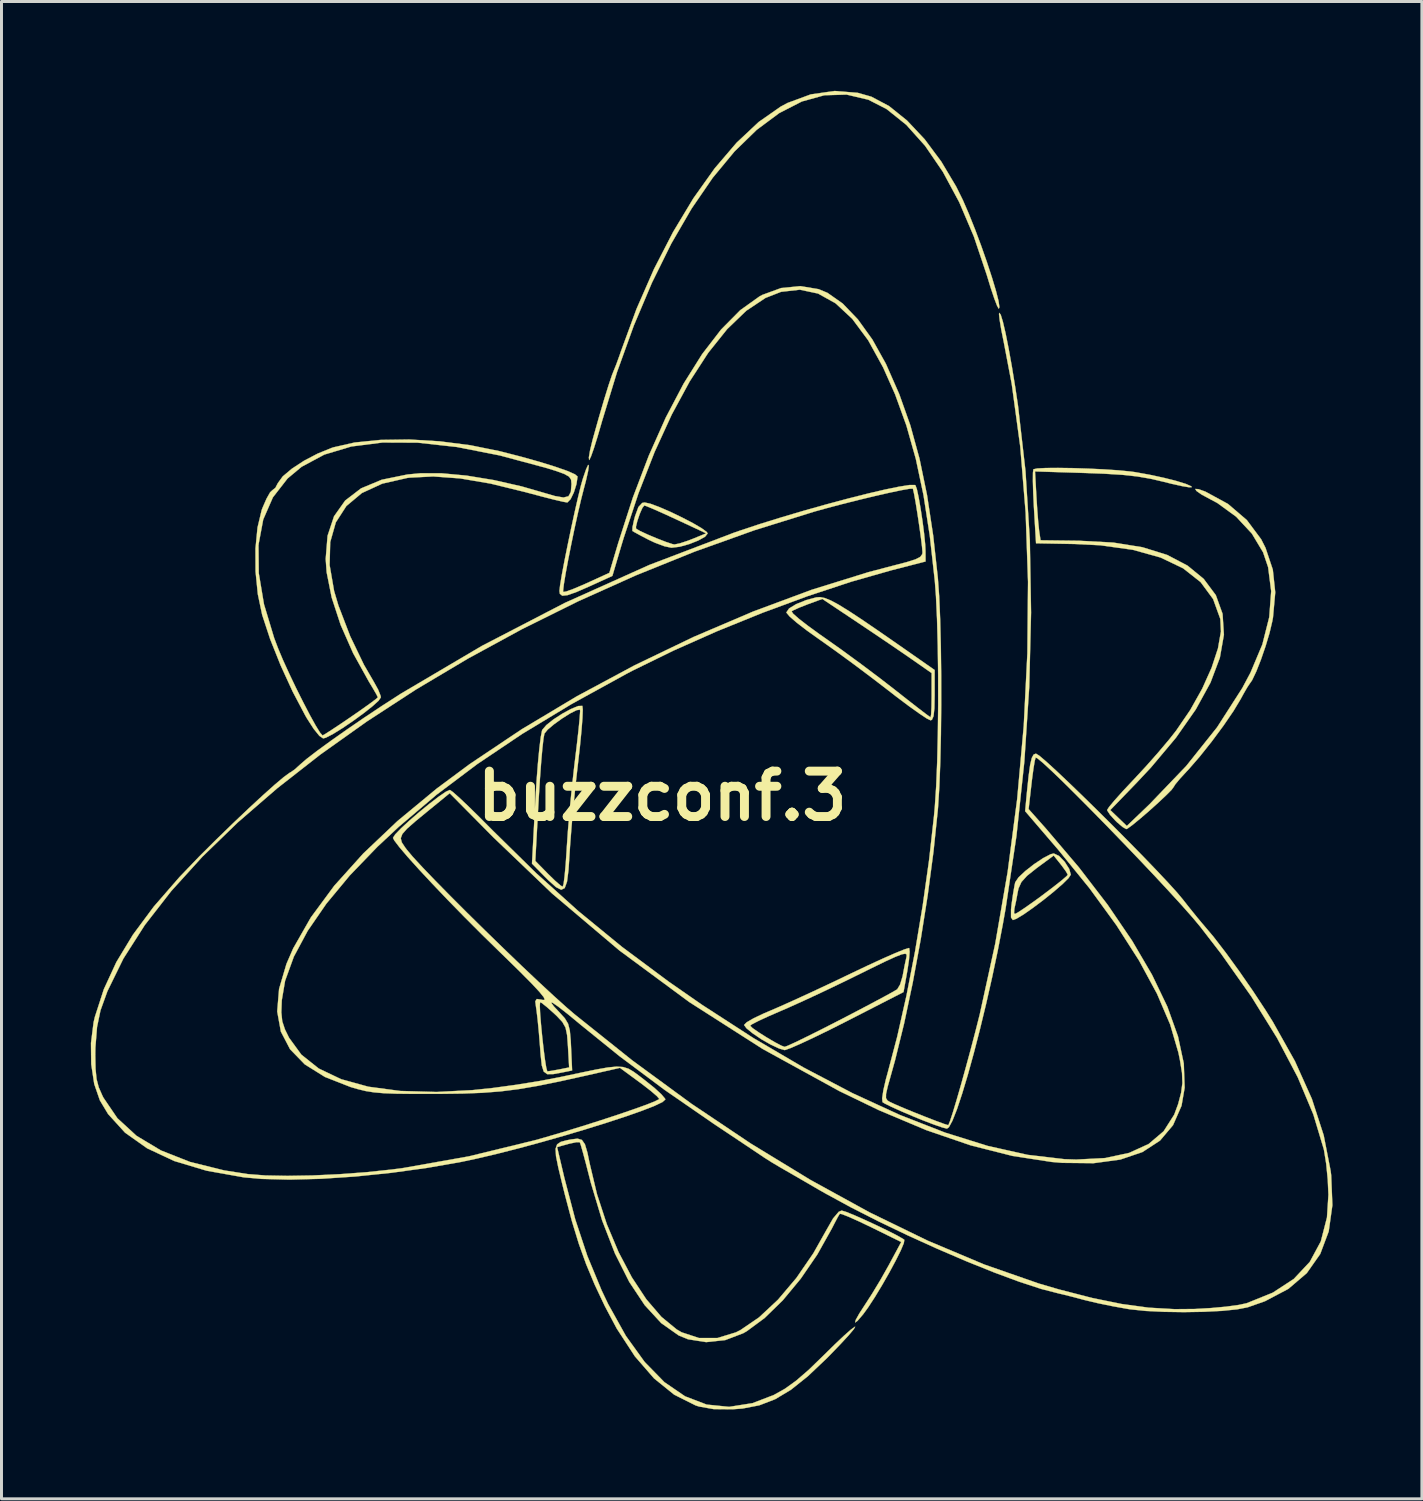
<source format=kicad_pcb>
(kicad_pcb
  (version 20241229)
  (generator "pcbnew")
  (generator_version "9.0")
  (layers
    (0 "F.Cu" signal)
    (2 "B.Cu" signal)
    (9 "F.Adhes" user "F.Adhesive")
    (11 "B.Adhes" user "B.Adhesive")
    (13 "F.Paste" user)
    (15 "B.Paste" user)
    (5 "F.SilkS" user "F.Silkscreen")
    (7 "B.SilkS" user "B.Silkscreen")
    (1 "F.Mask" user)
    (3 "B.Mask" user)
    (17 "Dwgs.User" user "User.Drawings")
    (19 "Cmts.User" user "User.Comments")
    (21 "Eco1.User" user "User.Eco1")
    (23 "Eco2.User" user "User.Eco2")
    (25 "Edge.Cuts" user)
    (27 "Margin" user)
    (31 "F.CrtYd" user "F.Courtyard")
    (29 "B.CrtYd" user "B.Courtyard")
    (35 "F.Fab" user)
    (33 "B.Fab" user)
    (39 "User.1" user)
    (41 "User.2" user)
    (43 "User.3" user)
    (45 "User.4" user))
  (footprint "buzzconf.3"
    (layer "F.Cu")
    (at 19.187 23.675)
    (property "Reference" "buzzconf.3" (at 0 0 0) (layer "F.SilkS") (effects (font (size 1.524 1.524) (thickness 0.3))))
    (attr through_hole)
    (fp_poly (pts (xy -0.402 -9.813) (xy -0.098 -9.7) (xy 0.271 -9.54) (xy 0.659 -9.353) (xy 1.023 -9.164) (xy 1.316 -8.993) (xy 1.492 -8.864) (xy 1.524 -8.815) (xy 1.435 -8.704) (xy 1.207 -8.577) (xy 0.903 -8.457) (xy 0.584 -8.368) (xy 0.31 -8.335) (xy 0.305 -8.335) (xy 0.072 -8.384) (xy -0.249 -8.504) (xy -0.457 -8.602) (xy -0.742 -8.751) (xy -0.943 -8.861) (xy -1.005 -8.899) (xy -1.003 -9.009) (xy -0.997 -9.039) (xy -0.885 -9.039) (xy -0.88 -8.974) (xy -0.748 -8.897) (xy -0.492 -8.778) (xy -0.18 -8.647) (xy 0.121 -8.53) (xy 0.342 -8.457) (xy 0.406 -8.444) (xy 0.587 -8.481) (xy 0.869 -8.574) (xy 1.016 -8.631) (xy 1.473 -8.818) (xy 0.47 -9.286) (xy 0.056 -9.476) (xy -0.288 -9.629) (xy -0.523 -9.727) (xy -0.605 -9.754) (xy -0.671 -9.669) (xy -0.759 -9.467) (xy -0.839 -9.231) (xy -0.885 -9.039) (xy -0.997 -9.039) (xy -0.954 -9.247) (xy -0.915 -9.395) (xy -0.803 -9.701) (xy -0.675 -9.839) (xy -0.595 -9.855) (xy -0.402 -9.813)) (stroke (width 0.01) (type solid)) (fill yes) (layer "F.SilkS"))
    (fp_poly (pts (xy 13.318 2.012) (xy 13.51 2.21) (xy 13.662 2.449) (xy 13.716 2.641) (xy 13.639 2.759) (xy 13.434 2.961) (xy 13.141 3.215) (xy 12.8 3.489) (xy 12.451 3.752) (xy 12.135 3.974) (xy 11.891 4.121) (xy 11.77 4.166) (xy 11.708 4.079) (xy 11.708 3.933) (xy 11.811 3.933) (xy 11.842 3.962) (xy 11.948 3.905) (xy 12.178 3.752) (xy 12.497 3.527) (xy 12.763 3.332) (xy 13.115 3.066) (xy 13.396 2.845) (xy 13.571 2.695) (xy 13.614 2.646) (xy 13.556 2.538) (xy 13.414 2.342) (xy 13.377 2.295) (xy 13.141 2) (xy 12.569 2.422) (xy 12.246 2.68) (xy 12.057 2.889) (xy 11.96 3.104) (xy 11.934 3.226) (xy 11.878 3.526) (xy 11.826 3.763) (xy 11.821 3.785) (xy 11.811 3.933) (xy 11.708 3.933) (xy 11.708 3.812) (xy 11.727 3.632) (xy 11.777 3.286) (xy 11.827 2.997) (xy 11.85 2.896) (xy 11.96 2.734) (xy 12.191 2.517) (xy 12.485 2.287) (xy 12.787 2.086) (xy 13.038 1.956) (xy 13.144 1.93) (xy 13.318 2.012)) (stroke (width 0.01) (type solid)) (fill yes) (layer "F.SilkS"))
    (fp_poly (pts (xy 5.455 -6.646) (xy 5.656 -6.565) (xy 5.924 -6.421) (xy 6.278 -6.202) (xy 6.74 -5.897) (xy 7.33 -5.493) (xy 7.899 -5.098) (xy 9.144 -4.229) (xy 9.144 -3.385) (xy 9.136 -2.947) (xy 9.107 -2.681) (xy 9.053 -2.558) (xy 9.007 -2.54) (xy 8.883 -2.6) (xy 8.632 -2.766) (xy 8.283 -3.015) (xy 7.867 -3.327) (xy 7.605 -3.531) (xy 7.054 -3.954) (xy 6.447 -4.41) (xy 5.85 -4.847) (xy 5.332 -5.216) (xy 5.253 -5.271) (xy 4.846 -5.562) (xy 4.508 -5.823) (xy 4.271 -6.03) (xy 4.168 -6.154) (xy 4.166 -6.165) (xy 4.19 -6.199) (xy 4.341 -6.199) (xy 4.392 -6.121) (xy 4.584 -5.952) (xy 4.89 -5.714) (xy 5.282 -5.429) (xy 5.459 -5.305) (xy 6.027 -4.903) (xy 6.67 -4.432) (xy 7.306 -3.954) (xy 7.815 -3.56) (xy 8.227 -3.235) (xy 8.579 -2.961) (xy 8.843 -2.759) (xy 8.989 -2.653) (xy 9.008 -2.642) (xy 9.025 -2.735) (xy 9.037 -2.981) (xy 9.042 -3.33) (xy 9.042 -3.384) (xy 9.042 -4.127) (xy 8.407 -4.57) (xy 8.077 -4.798) (xy 7.633 -5.101) (xy 7.131 -5.441) (xy 6.625 -5.78) (xy 6.573 -5.815) (xy 5.373 -6.616) (xy 4.896 -6.441) (xy 4.605 -6.327) (xy 4.395 -6.232) (xy 4.341 -6.199) (xy 4.19 -6.199) (xy 4.256 -6.296) (xy 4.494 -6.441) (xy 4.827 -6.576) (xy 5.17 -6.668) (xy 5.3 -6.677) (xy 5.455 -6.646)) (stroke (width 0.01) (type solid)) (fill yes) (layer "F.SilkS"))
    (fp_poly (pts (xy -2.683 -3.022) (xy -2.67 -2.901) (xy -2.681 -2.613) (xy -2.714 -2.19) (xy -2.765 -1.667) (xy -2.825 -1.143) (xy -2.905 -0.441) (xy -2.981 0.303) (xy -3.046 1.02) (xy -3.094 1.641) (xy -3.111 1.905) (xy -3.149 2.485) (xy -3.199 2.876) (xy -3.277 3.093) (xy -3.396 3.149) (xy -3.571 3.059) (xy -3.818 2.837) (xy -3.945 2.71) (xy -4.376 2.271) (xy -4.371 2.18) (xy -4.264 2.18) (xy -3.838 2.614) (xy -3.601 2.845) (xy -3.42 3.002) (xy -3.345 3.048) (xy -3.315 2.953) (xy -3.281 2.693) (xy -3.245 2.306) (xy -3.213 1.83) (xy -3.209 1.753) (xy -3.169 1.167) (xy -3.109 0.458) (xy -3.035 -0.294) (xy -2.955 -1.012) (xy -2.932 -1.202) (xy -2.865 -1.758) (xy -2.811 -2.239) (xy -2.775 -2.611) (xy -2.759 -2.84) (xy -2.762 -2.897) (xy -2.875 -2.882) (xy -3.093 -2.773) (xy -3.362 -2.604) (xy -3.631 -2.411) (xy -3.847 -2.23) (xy -3.958 -2.095) (xy -3.958 -2.093) (xy -3.989 -1.927) (xy -4.027 -1.593) (xy -4.068 -1.126) (xy -4.109 -0.561) (xy -4.148 0.068) (xy -4.153 0.153) (xy -4.264 2.18) (xy -4.371 2.18) (xy -4.262 0.145) (xy -4.222 -0.506) (xy -4.176 -1.1) (xy -4.128 -1.603) (xy -4.081 -1.98) (xy -4.039 -2.196) (xy -4.029 -2.222) (xy -3.894 -2.38) (xy -3.654 -2.571) (xy -3.361 -2.761) (xy -3.067 -2.921) (xy -2.825 -3.02) (xy -2.687 -3.025) (xy -2.683 -3.022)) (stroke (width 0.01) (type solid)) (fill yes) (layer "F.SilkS"))
    (fp_poly (pts (xy 6.559 -23.609) (xy 7.02 -23.478) (xy 7.611 -23.165) (xy 8.215 -22.68) (xy 8.808 -22.05) (xy 9.366 -21.301) (xy 9.866 -20.462) (xy 10.091 -20.008) (xy 10.292 -19.545) (xy 10.501 -19.022) (xy 10.707 -18.471) (xy 10.899 -17.923) (xy 11.067 -17.411) (xy 11.2 -16.968) (xy 11.288 -16.624) (xy 11.319 -16.412) (xy 11.298 -16.359) (xy 11.243 -16.451) (xy 11.147 -16.7) (xy 11.024 -17.068) (xy 10.891 -17.502) (xy 10.461 -18.782) (xy 9.968 -19.939) (xy 9.418 -20.959) (xy 8.823 -21.829) (xy 8.19 -22.535) (xy 7.529 -23.064) (xy 6.918 -23.377) (xy 6.187 -23.549) (xy 5.441 -23.527) (xy 4.686 -23.318) (xy 3.927 -22.929) (xy 3.171 -22.367) (xy 2.425 -21.641) (xy 1.693 -20.757) (xy 0.984 -19.723) (xy 0.301 -18.546) (xy -0.348 -17.233) (xy -0.957 -15.793) (xy -1.52 -14.233) (xy -2.031 -12.559) (xy -2.041 -12.523) (xy -2.177 -12.055) (xy -2.299 -11.667) (xy -2.395 -11.397) (xy -2.453 -11.281) (xy -2.457 -11.279) (xy -2.466 -11.368) (xy -2.426 -11.604) (xy -2.345 -11.941) (xy -2.325 -12.014) (xy -2.134 -12.695) (xy -1.957 -13.299) (xy -1.804 -13.792) (xy -1.686 -14.141) (xy -1.633 -14.275) (xy -1.544 -14.495) (xy -1.431 -14.807) (xy -1.387 -14.935) (xy -0.867 -16.351) (xy -0.28 -17.69) (xy 0.361 -18.934) (xy 1.044 -20.068) (xy 1.759 -21.073) (xy 2.494 -21.933) (xy 3.237 -22.63) (xy 3.977 -23.147) (xy 4.206 -23.269) (xy 4.985 -23.556) (xy 5.784 -23.67) (xy 6.559 -23.609)) (stroke (width 0.01) (type solid)) (fill yes) (layer "F.SilkS"))
    (fp_poly (pts (xy 8.29 5.107) (xy 8.304 5.23) (xy 8.283 5.497) (xy 8.23 5.851) (xy 8.226 5.876) (xy 8.099 6.584) (xy 6.197 7.559) (xy 5.619 7.851) (xy 5.093 8.107) (xy 4.649 8.315) (xy 4.317 8.46) (xy 4.127 8.528) (xy 4.103 8.532) (xy 3.922 8.479) (xy 3.635 8.344) (xy 3.327 8.168) (xy 3.033 7.969) (xy 2.823 7.797) (xy 2.762 7.712) (xy 2.948 7.712) (xy 3.029 7.792) (xy 3.231 7.933) (xy 3.498 8.102) (xy 3.772 8.264) (xy 3.996 8.382) (xy 4.106 8.424) (xy 4.221 8.382) (xy 4.487 8.26) (xy 4.875 8.071) (xy 5.356 7.831) (xy 5.901 7.552) (xy 5.986 7.509) (xy 6.541 7.22) (xy 7.038 6.958) (xy 7.447 6.739) (xy 7.739 6.579) (xy 7.883 6.494) (xy 7.889 6.489) (xy 7.983 6.332) (xy 8.063 6.068) (xy 8.074 6.016) (xy 8.135 5.695) (xy 8.194 5.421) (xy 8.199 5.403) (xy 8.204 5.326) (xy 8.158 5.295) (xy 8.039 5.317) (xy 7.821 5.402) (xy 7.483 5.557) (xy 7.001 5.792) (xy 6.642 5.97) (xy 6.021 6.274) (xy 5.37 6.585) (xy 4.749 6.874) (xy 4.217 7.114) (xy 3.988 7.213) (xy 3.571 7.394) (xy 3.234 7.55) (xy 3.014 7.663) (xy 2.948 7.712) (xy 2.762 7.712) (xy 2.745 7.688) (xy 2.833 7.599) (xy 3.069 7.462) (xy 3.408 7.301) (xy 3.583 7.227) (xy 3.94 7.073) (xy 4.435 6.851) (xy 5.023 6.581) (xy 5.659 6.283) (xy 6.297 5.978) (xy 6.324 5.965) (xy 6.896 5.693) (xy 7.405 5.459) (xy 7.823 5.275) (xy 8.123 5.153) (xy 8.277 5.105) (xy 8.29 5.107)) (stroke (width 0.01) (type solid)) (fill yes) (layer "F.SilkS"))
    (fp_poly (pts (xy 13.781 -11.008) (xy 14.309 -10.991) (xy 14.834 -10.966) (xy 15.315 -10.934) (xy 15.711 -10.895) (xy 15.869 -10.874) (xy 16.368 -10.784) (xy 16.846 -10.681) (xy 17.264 -10.575) (xy 17.581 -10.477) (xy 17.757 -10.398) (xy 17.78 -10.37) (xy 17.689 -10.364) (xy 17.445 -10.405) (xy 17.089 -10.484) (xy 16.84 -10.547) (xy 16.395 -10.651) (xy 15.949 -10.728) (xy 15.448 -10.782) (xy 14.84 -10.82) (xy 14.207 -10.844) (xy 12.514 -10.897) (xy 12.561 -10.046) (xy 12.589 -9.608) (xy 12.62 -9.212) (xy 12.649 -8.931) (xy 12.654 -8.89) (xy 12.7 -8.585) (xy 13.996 -8.569) (xy 15.142 -8.508) (xy 16.122 -8.351) (xy 16.949 -8.094) (xy 17.638 -7.732) (xy 18.175 -7.291) (xy 18.585 -6.743) (xy 18.811 -6.115) (xy 18.856 -5.413) (xy 18.72 -4.641) (xy 18.405 -3.805) (xy 17.913 -2.908) (xy 17.246 -1.956) (xy 16.404 -0.954) (xy 15.931 -0.449) (xy 15.04 0.473) (xy 15.319 0.74) (xy 15.597 1.007) (xy 16.361 0.275) (xy 17.588 -1.004) (xy 18.627 -2.306) (xy 19.473 -3.624) (xy 19.75 -4.144) (xy 20.146 -5.086) (xy 20.378 -6.005) (xy 20.443 -6.878) (xy 20.34 -7.682) (xy 20.17 -8.184) (xy 19.794 -8.81) (xy 19.265 -9.378) (xy 18.633 -9.838) (xy 18.407 -9.958) (xy 18.107 -10.12) (xy 17.932 -10.243) (xy 17.895 -10.309) (xy 18.006 -10.301) (xy 18.236 -10.218) (xy 18.992 -9.806) (xy 19.626 -9.263) (xy 20.108 -8.617) (xy 20.253 -8.331) (xy 20.498 -7.599) (xy 20.58 -6.836) (xy 20.504 -5.994) (xy 20.48 -5.864) (xy 20.387 -5.471) (xy 20.253 -5.024) (xy 20.099 -4.576) (xy 19.942 -4.179) (xy 19.802 -3.885) (xy 19.714 -3.759) (xy 19.639 -3.646) (xy 19.506 -3.415) (xy 19.417 -3.251) (xy 19.176 -2.85) (xy 18.839 -2.358) (xy 18.448 -1.83) (xy 18.046 -1.325) (xy 17.675 -0.898) (xy 17.607 -0.826) (xy 17.379 -0.578) (xy 17.221 -0.387) (xy 17.17 -0.304) (xy 17.099 -0.207) (xy 16.91 -0.017) (xy 16.645 0.232) (xy 16.344 0.503) (xy 16.046 0.76) (xy 15.792 0.969) (xy 15.622 1.093) (xy 15.578 1.112) (xy 15.457 1.043) (xy 15.264 0.879) (xy 15.215 0.831) (xy 15.034 0.633) (xy 14.939 0.488) (xy 14.935 0.469) (xy 15.002 0.366) (xy 15.183 0.149) (xy 15.453 -0.153) (xy 15.785 -0.507) (xy 15.826 -0.55) (xy 16.233 -0.989) (xy 16.649 -1.459) (xy 17.019 -1.898) (xy 17.248 -2.188) (xy 17.725 -2.886) (xy 18.127 -3.602) (xy 18.442 -4.303) (xy 18.656 -4.954) (xy 18.756 -5.523) (xy 18.735 -5.944) (xy 18.493 -6.612) (xy 18.075 -7.179) (xy 17.486 -7.644) (xy 16.726 -8.007) (xy 15.8 -8.265) (xy 14.708 -8.417) (xy 13.845 -8.46) (xy 12.548 -8.484) (xy 12.476 -9.699) (xy 12.453 -10.175) (xy 12.442 -10.573) (xy 12.444 -10.852) (xy 12.459 -10.969) (xy 12.46 -10.969) (xy 12.589 -10.997) (xy 12.879 -11.012) (xy 13.291 -11.015) (xy 13.781 -11.008)) (stroke (width 0.01) (type solid)) (fill yes) (layer "F.SilkS"))
    (fp_poly (pts (xy -2.7 11.548) (xy -2.598 11.693) (xy -2.514 11.977) (xy -2.44 12.334) (xy -2.192 13.373) (xy -1.864 14.375) (xy -1.469 15.314) (xy -1.022 16.163) (xy -0.538 16.897) (xy -0.031 17.488) (xy 0.485 17.912) (xy 0.651 18.008) (xy 1.231 18.199) (xy 1.848 18.199) (xy 2.471 18.009) (xy 2.624 17.932) (xy 3.248 17.506) (xy 3.883 16.913) (xy 4.5 16.185) (xy 5.071 15.354) (xy 5.493 14.605) (xy 5.733 14.185) (xy 5.924 13.96) (xy 6.022 13.92) (xy 6.165 13.962) (xy 6.441 14.073) (xy 6.799 14.232) (xy 7.192 14.414) (xy 7.571 14.597) (xy 7.885 14.757) (xy 8.087 14.874) (xy 8.126 14.902) (xy 8.109 15.014) (xy 8.006 15.26) (xy 7.835 15.602) (xy 7.62 16.003) (xy 7.379 16.424) (xy 7.135 16.828) (xy 6.907 17.177) (xy 6.742 17.404) (xy 6.556 17.621) (xy 6.474 17.679) (xy 6.494 17.593) (xy 6.612 17.38) (xy 6.797 17.094) (xy 7.047 16.707) (xy 7.331 16.236) (xy 7.59 15.777) (xy 7.609 15.743) (xy 8.022 14.976) (xy 7.011 14.478) (xy 6.602 14.283) (xy 6.265 14.132) (xy 6.038 14.042) (xy 5.959 14.026) (xy 5.893 14.136) (xy 5.772 14.367) (xy 5.689 14.529) (xy 5.203 15.397) (xy 4.646 16.209) (xy 4.048 16.93) (xy 3.436 17.527) (xy 2.839 17.968) (xy 2.718 18.038) (xy 2.111 18.269) (xy 1.473 18.337) (xy 0.862 18.241) (xy 0.549 18.112) (xy -0.036 17.699) (xy -0.591 17.096) (xy -1.111 16.313) (xy -1.59 15.36) (xy -2.021 14.25) (xy -2.398 12.992) (xy -2.444 12.814) (xy -2.561 12.358) (xy -2.662 11.981) (xy -2.736 11.722) (xy -2.771 11.623) (xy -2.881 11.624) (xy -3.11 11.672) (xy -3.169 11.688) (xy -3.532 11.788) (xy -3.287 12.828) (xy -2.924 14.212) (xy -2.514 15.45) (xy -2.038 16.598) (xy -1.821 17.054) (xy -1.223 18.128) (xy -0.592 19.004) (xy 0.07 19.681) (xy 0.765 20.157) (xy 1.49 20.434) (xy 2.245 20.51) (xy 3.03 20.386) (xy 3.745 20.111) (xy 4.115 19.904) (xy 4.492 19.633) (xy 4.916 19.267) (xy 5.422 18.776) (xy 5.786 18.418) (xy 6.098 18.123) (xy 6.332 17.917) (xy 6.461 17.823) (xy 6.476 17.821) (xy 6.426 17.907) (xy 6.257 18.108) (xy 5.99 18.397) (xy 5.652 18.748) (xy 5.524 18.878) (xy 4.885 19.484) (xy 4.319 19.936) (xy 3.788 20.254) (xy 3.258 20.458) (xy 2.692 20.567) (xy 2.356 20.592) (xy 1.725 20.586) (xy 1.232 20.499) (xy 1.118 20.462) (xy 0.401 20.103) (xy -0.277 19.555) (xy -0.92 18.815) (xy -1.531 17.879) (xy -1.934 17.12) (xy -2.273 16.401) (xy -2.556 15.724) (xy -2.804 15.033) (xy -3.036 14.273) (xy -3.27 13.389) (xy -3.363 13.014) (xy -3.493 12.472) (xy -3.569 12.094) (xy -3.584 11.847) (xy -3.532 11.697) (xy -3.407 11.612) (xy -3.2 11.558) (xy -3.065 11.532) (xy -2.846 11.505) (xy -2.7 11.548)) (stroke (width 0.01) (type solid)) (fill yes) (layer "F.SilkS"))
    (fp_poly (pts (xy -7.479 -11.908) (xy -6.445 -11.776) (xy -5.442 -11.572) (xy -5.436 -11.57) (xy -4.749 -11.394) (xy -4.129 -11.22) (xy -3.602 -11.057) (xy -3.195 -10.915) (xy -2.934 -10.801) (xy -2.845 -10.726) (xy -2.882 -10.471) (xy -2.969 -10.193) (xy -3.079 -9.965) (xy -3.184 -9.857) (xy -3.195 -9.855) (xy -3.341 -9.881) (xy -3.64 -9.951) (xy -4.052 -10.056) (xy -4.533 -10.184) (xy -4.595 -10.201) (xy -5.766 -10.488) (xy -6.789 -10.662) (xy -7.688 -10.728) (xy -8.483 -10.688) (xy -8.562 -10.678) (xy -9.404 -10.486) (xy -10.087 -10.171) (xy -10.607 -9.736) (xy -10.962 -9.186) (xy -11.15 -8.524) (xy -11.17 -7.754) (xy -11.019 -6.88) (xy -10.874 -6.393) (xy -10.481 -5.368) (xy -10.017 -4.404) (xy -9.69 -3.841) (xy -9.542 -3.574) (xy -9.457 -3.36) (xy -9.449 -3.31) (xy -9.528 -3.196) (xy -9.739 -3.006) (xy -10.04 -2.769) (xy -10.387 -2.516) (xy -10.74 -2.277) (xy -11.056 -2.081) (xy -11.294 -1.958) (xy -11.386 -1.932) (xy -11.513 -2.017) (xy -11.703 -2.251) (xy -11.928 -2.6) (xy -11.982 -2.692) (xy -12.409 -3.501) (xy -12.815 -4.386) (xy -13.168 -5.27) (xy -13.432 -6.072) (xy -13.434 -6.077) (xy -13.581 -6.777) (xy -13.657 -7.54) (xy -13.66 -8.306) (xy -13.647 -8.434) (xy -13.558 -8.434) (xy -13.549 -7.483) (xy -13.374 -6.437) (xy -13.031 -5.301) (xy -12.9 -4.955) (xy -12.735 -4.562) (xy -12.527 -4.107) (xy -12.296 -3.624) (xy -12.058 -3.149) (xy -11.833 -2.717) (xy -11.637 -2.363) (xy -11.489 -2.123) (xy -11.407 -2.032) (xy -11.406 -2.032) (xy -11.31 -2.086) (xy -11.083 -2.232) (xy -10.761 -2.446) (xy -10.457 -2.653) (xy -10.089 -2.908) (xy -9.793 -3.12) (xy -9.603 -3.263) (xy -9.55 -3.312) (xy -9.599 -3.412) (xy -9.726 -3.631) (xy -9.855 -3.845) (xy -10.38 -4.792) (xy -10.8 -5.744) (xy -11.101 -6.663) (xy -11.27 -7.511) (xy -11.302 -7.957) (xy -11.239 -8.737) (xy -11.022 -9.39) (xy -10.648 -9.919) (xy -10.115 -10.328) (xy -9.419 -10.618) (xy -8.558 -10.794) (xy -8.134 -10.834) (xy -7.419 -10.835) (xy -6.576 -10.757) (xy -5.66 -10.607) (xy -4.726 -10.395) (xy -4.056 -10.202) (xy -3.608 -10.071) (xy -3.317 -10.021) (xy -3.149 -10.064) (xy -3.071 -10.208) (xy -3.05 -10.461) (xy -3.05 -10.484) (xy -3.063 -10.621) (xy -3.131 -10.722) (xy -3.291 -10.813) (xy -3.582 -10.917) (xy -3.886 -11.011) (xy -5.455 -11.433) (xy -6.899 -11.717) (xy -8.214 -11.862) (xy -9.396 -11.867) (xy -10.442 -11.734) (xy -11.348 -11.462) (xy -12.112 -11.052) (xy -12.583 -10.659) (xy -13.074 -10.027) (xy -13.399 -9.284) (xy -13.558 -8.434) (xy -13.647 -8.434) (xy -13.591 -9.013) (xy -13.451 -9.601) (xy -13.422 -9.677) (xy -13.288 -9.983) (xy -13.168 -10.195) (xy -13.097 -10.262) (xy -12.992 -10.345) (xy -12.907 -10.506) (xy -12.744 -10.73) (xy -12.436 -10.989) (xy -12.028 -11.256) (xy -11.566 -11.498) (xy -11.097 -11.688) (xy -11.047 -11.705) (xy -10.328 -11.868) (xy -9.464 -11.955) (xy -8.5 -11.969) (xy -7.479 -11.908)) (stroke (width 0.01) (type solid)) (fill yes) (layer "F.SilkS"))
    (fp_poly (pts (xy 5.25 -17.016) (xy 5.547 -16.892) (xy 6.056 -16.534) (xy 6.566 -16.002) (xy 7.054 -15.324) (xy 7.496 -14.53) (xy 7.516 -14.49) (xy 7.957 -13.488) (xy 8.328 -12.443) (xy 8.636 -11.324) (xy 8.889 -10.099) (xy 9.096 -8.735) (xy 9.252 -7.315) (xy 9.297 -6.695) (xy 9.33 -5.916) (xy 9.352 -5.02) (xy 9.364 -4.051) (xy 9.365 -3.053) (xy 9.355 -2.068) (xy 9.334 -1.14) (xy 9.302 -0.313) (xy 9.259 0.371) (xy 9.252 0.457) (xy 9.106 1.862) (xy 8.911 3.332) (xy 8.676 4.818) (xy 8.408 6.271) (xy 8.118 7.641) (xy 7.813 8.879) (xy 7.68 9.357) (xy 7.568 9.756) (xy 7.512 10.004) (xy 7.51 10.145) (xy 7.56 10.223) (xy 7.624 10.264) (xy 7.813 10.353) (xy 8.111 10.481) (xy 8.472 10.629) (xy 8.849 10.779) (xy 9.193 10.912) (xy 9.457 11.009) (xy 9.595 11.051) (xy 9.604 11.05) (xy 9.658 10.92) (xy 9.754 10.627) (xy 9.881 10.206) (xy 10.03 9.69) (xy 10.19 9.114) (xy 10.354 8.511) (xy 10.51 7.916) (xy 10.65 7.363) (xy 10.663 7.309) (xy 11.177 4.964) (xy 11.594 2.554) (xy 11.914 0.106) (xy 12.135 -2.352) (xy 12.257 -4.792) (xy 12.279 -7.188) (xy 12.199 -9.512) (xy 12.017 -11.736) (xy 11.732 -13.833) (xy 11.467 -15.224) (xy 11.384 -15.637) (xy 11.328 -15.97) (xy 11.305 -16.177) (xy 11.311 -16.222) (xy 11.361 -16.163) (xy 11.434 -15.926) (xy 11.525 -15.538) (xy 11.628 -15.02) (xy 11.74 -14.399) (xy 11.854 -13.699) (xy 11.943 -13.101) (xy 12.194 -10.91) (xy 12.34 -8.583) (xy 12.381 -6.157) (xy 12.32 -3.67) (xy 12.156 -1.16) (xy 11.891 1.337) (xy 11.526 3.782) (xy 11.431 4.318) (xy 11.263 5.192) (xy 11.075 6.082) (xy 10.875 6.966) (xy 10.668 7.822) (xy 10.46 8.628) (xy 10.258 9.361) (xy 10.066 9.999) (xy 9.893 10.52) (xy 9.742 10.902) (xy 9.622 11.123) (xy 9.557 11.169) (xy 9.4 11.129) (xy 9.104 11.026) (xy 8.718 10.878) (xy 8.439 10.764) (xy 8.028 10.588) (xy 7.686 10.434) (xy 7.459 10.321) (xy 7.393 10.279) (xy 7.381 10.149) (xy 7.423 9.874) (xy 7.509 9.503) (xy 7.56 9.319) (xy 7.885 8.088) (xy 8.197 6.706) (xy 8.485 5.222) (xy 8.741 3.689) (xy 8.956 2.157) (xy 9.121 0.678) (xy 9.15 0.356) (xy 9.195 -0.323) (xy 9.229 -1.15) (xy 9.251 -2.08) (xy 9.262 -3.068) (xy 9.261 -4.069) (xy 9.248 -5.039) (xy 9.224 -5.932) (xy 9.188 -6.704) (xy 9.15 -7.214) (xy 8.98 -8.74) (xy 8.77 -10.098) (xy 8.511 -11.32) (xy 8.195 -12.438) (xy 7.816 -13.484) (xy 7.414 -14.388) (xy 6.912 -15.3) (xy 6.378 -16.019) (xy 5.816 -16.542) (xy 5.229 -16.869) (xy 4.618 -16.998) (xy 3.988 -16.927) (xy 3.463 -16.722) (xy 2.822 -16.294) (xy 2.179 -15.676) (xy 1.542 -14.88) (xy 0.919 -13.918) (xy 0.316 -12.804) (xy -0.259 -11.549) (xy -0.799 -10.166) (xy -1.296 -8.667) (xy -1.379 -8.394) (xy -1.676 -7.389) (xy -2.426 -7.047) (xy -2.879 -6.849) (xy -3.18 -6.743) (xy -3.358 -6.723) (xy -3.439 -6.786) (xy -3.454 -6.883) (xy -3.432 -7.076) (xy -3.374 -7.424) (xy -3.287 -7.885) (xy -3.18 -8.417) (xy -3.063 -8.978) (xy -2.944 -9.526) (xy -2.832 -10.018) (xy -2.736 -10.411) (xy -2.672 -10.639) (xy -2.558 -10.972) (xy -2.489 -11.118) (xy -2.466 -11.091) (xy -2.492 -10.904) (xy -2.568 -10.57) (xy -2.627 -10.347) (xy -2.725 -9.964) (xy -2.835 -9.492) (xy -2.95 -8.969) (xy -3.061 -8.431) (xy -3.163 -7.917) (xy -3.247 -7.465) (xy -3.305 -7.112) (xy -3.33 -6.896) (xy -3.326 -6.848) (xy -3.22 -6.867) (xy -2.977 -6.956) (xy -2.643 -7.097) (xy -2.53 -7.148) (xy -1.778 -7.491) (xy -1.48 -8.495) (xy -0.99 -10.016) (xy -0.455 -11.423) (xy 0.116 -12.704) (xy 0.716 -13.845) (xy 1.338 -14.836) (xy 1.975 -15.662) (xy 2.619 -16.312) (xy 3.264 -16.773) (xy 3.361 -16.825) (xy 3.989 -17.054) (xy 4.636 -17.118) (xy 5.25 -17.016)) (stroke (width 0.01) (type solid)) (fill yes) (layer "F.SilkS"))
    (fp_poly (pts (xy 8.5 -10.431) (xy 8.547 -10.302) (xy 8.607 -10.023) (xy 8.673 -9.645) (xy 8.737 -9.221) (xy 8.791 -8.802) (xy 8.827 -8.44) (xy 8.837 -8.229) (xy 8.839 -7.873) (xy 7.696 -7.579) (xy 6.341 -7.193) (xy 4.877 -6.709) (xy 3.358 -6.148) (xy 1.84 -5.532) (xy 0.377 -4.882) (xy -0.976 -4.22) (xy -1.209 -4.098) (xy -3.046 -3.087) (xy -4.705 -2.084) (xy -6.208 -1.074) (xy -7.581 -0.041) (xy -8.845 1.032) (xy -9.563 1.703) (xy -10.494 2.669) (xy -11.278 3.614) (xy -11.906 4.527) (xy -12.371 5.394) (xy -12.665 6.204) (xy -12.776 6.858) (xy -12.791 7.266) (xy -12.761 7.563) (xy -12.67 7.837) (xy -12.532 8.118) (xy -12.118 8.686) (xy -11.534 9.151) (xy -10.783 9.509) (xy -9.871 9.761) (xy -8.802 9.904) (xy -7.58 9.938) (xy -6.376 9.876) (xy -5.691 9.804) (xy -4.908 9.697) (xy -4.124 9.571) (xy -3.454 9.443) (xy -2.755 9.295) (xy -2.224 9.185) (xy -1.828 9.115) (xy -1.536 9.086) (xy -1.315 9.1) (xy -1.134 9.158) (xy -0.961 9.26) (xy -0.763 9.407) (xy -0.584 9.545) (xy -0.271 9.796) (xy -0.033 10.014) (xy 0.092 10.162) (xy 0.102 10.191) (xy 0.007 10.276) (xy -0.259 10.403) (xy -0.671 10.564) (xy -1.205 10.753) (xy -1.836 10.96) (xy -2.537 11.179) (xy -3.284 11.402) (xy -4.051 11.62) (xy -4.814 11.827) (xy -5.547 12.014) (xy -6.225 12.174) (xy -6.756 12.287) (xy -7.923 12.491) (xy -9.121 12.655) (xy -10.313 12.777) (xy -11.459 12.853) (xy -12.518 12.881) (xy -13.452 12.857) (xy -14.052 12.804) (xy -15.299 12.582) (xy -16.381 12.258) (xy -17.295 11.831) (xy -18.039 11.304) (xy -18.608 10.679) (xy -18.884 10.219) (xy -19.073 9.672) (xy -19.174 9.007) (xy -19.178 8.687) (xy -19.038 8.687) (xy -19.029 9.162) (xy -18.995 9.504) (xy -18.922 9.782) (xy -18.797 10.066) (xy -18.764 10.131) (xy -18.296 10.819) (xy -17.653 11.41) (xy -16.837 11.9) (xy -15.854 12.288) (xy -14.707 12.572) (xy -13.919 12.695) (xy -13.33 12.741) (xy -12.588 12.755) (xy -11.744 12.741) (xy -10.844 12.699) (xy -9.939 12.632) (xy -9.077 12.541) (xy -8.687 12.489) (xy -6.498 12.1) (xy -4.287 11.561) (xy -3.962 11.47) (xy -3.357 11.292) (xy -2.727 11.099) (xy -2.102 10.901) (xy -1.513 10.708) (xy -0.99 10.529) (xy -0.562 10.376) (xy -0.259 10.257) (xy -0.111 10.183) (xy -0.102 10.171) (xy -0.178 10.081) (xy -0.381 9.906) (xy -0.67 9.681) (xy -0.762 9.613) (xy -1.422 9.128) (xy -2.565 9.388) (xy -3.449 9.584) (xy -4.187 9.734) (xy -4.832 9.844) (xy -5.433 9.919) (xy -6.043 9.966) (xy -6.712 9.992) (xy -7.492 10.002) (xy -7.671 10.002) (xy -8.383 10.002) (xy -8.931 9.996) (xy -9.35 9.98) (xy -9.68 9.951) (xy -9.958 9.907) (xy -10.221 9.843) (xy -10.465 9.772) (xy -11.327 9.434) (xy -12.005 9.011) (xy -12.498 8.503) (xy -12.807 7.911) (xy -12.93 7.235) (xy -12.867 6.477) (xy -12.619 5.637) (xy -12.394 5.119) (xy -11.801 4.08) (xy -11.015 3.015) (xy -10.043 1.934) (xy -8.892 0.842) (xy -7.571 -0.251) (xy -6.462 -1.074) (xy -4.728 -2.235) (xy -2.873 -3.345) (xy -0.933 -4.386) (xy 1.053 -5.341) (xy 3.049 -6.193) (xy 5.017 -6.924) (xy 6.92 -7.515) (xy 7.746 -7.732) (xy 8.204 -7.851) (xy 8.498 -7.944) (xy 8.661 -8.028) (xy 8.727 -8.119) (xy 8.735 -8.179) (xy 8.72 -8.366) (xy 8.682 -8.679) (xy 8.628 -9.065) (xy 8.567 -9.473) (xy 8.506 -9.85) (xy 8.453 -10.144) (xy 8.416 -10.305) (xy 8.41 -10.319) (xy 8.297 -10.314) (xy 8.023 -10.266) (xy 7.625 -10.182) (xy 7.136 -10.071) (xy 6.594 -9.94) (xy 6.033 -9.799) (xy 5.489 -9.655) (xy 5.105 -9.548) (xy 3.086 -8.92) (xy 1.084 -8.203) (xy -0.89 -7.406) (xy -2.824 -6.537) (xy -4.706 -5.604) (xy -6.524 -4.614) (xy -8.267 -3.577) (xy -9.922 -2.5) (xy -11.48 -1.392) (xy -12.926 -0.261) (xy -14.251 0.885) (xy -15.441 2.038) (xy -16.486 3.19) (xy -17.374 4.332) (xy -18.093 5.457) (xy -18.631 6.555) (xy -18.863 7.199) (xy -18.979 7.758) (xy -19.034 8.448) (xy -19.038 8.687) (xy -19.178 8.687) (xy -19.182 8.293) (xy -19.095 7.6) (xy -19.052 7.417) (xy -18.751 6.489) (xy -18.33 5.577) (xy -17.775 4.66) (xy -17.074 3.715) (xy -16.21 2.722) (xy -15.545 2.029) (xy -14.981 1.468) (xy -14.425 0.928) (xy -13.898 0.427) (xy -13.421 -0.014) (xy -13.017 -0.376) (xy -12.706 -0.638) (xy -12.509 -0.781) (xy -12.476 -0.798) (xy -12.343 -0.89) (xy -12.161 -1.055) (xy -11.941 -1.245) (xy -11.582 -1.521) (xy -11.115 -1.861) (xy -10.574 -2.242) (xy -9.99 -2.642) (xy -9.395 -3.037) (xy -8.822 -3.406) (xy -8.774 -3.437) (xy -6.058 -5.039) (xy -3.268 -6.485) (xy -0.433 -7.758) (xy 2.417 -8.844) (xy 2.591 -8.904) (xy 3.269 -9.129) (xy 3.998 -9.355) (xy 4.751 -9.578) (xy 5.501 -9.789) (xy 6.223 -9.982) (xy 6.89 -10.151) (xy 7.476 -10.288) (xy 7.954 -10.386) (xy 8.298 -10.44) (xy 8.482 -10.441) (xy 8.5 -10.431)) (stroke (width 0.01) (type solid)) (fill yes) (layer "F.SilkS"))
    (fp_poly (pts (xy 12.657 -1.353) (xy 12.888 -1.157) (xy 13.219 -0.855) (xy 13.629 -0.468) (xy 14.098 -0.016) (xy 14.604 0.48) (xy 15.128 1) (xy 15.648 1.523) (xy 16.145 2.03) (xy 16.597 2.5) (xy 16.984 2.912) (xy 17.286 3.245) (xy 17.461 3.454) (xy 17.727 3.791) (xy 17.967 4.087) (xy 18.135 4.288) (xy 18.158 4.314) (xy 18.502 4.721) (xy 18.916 5.258) (xy 19.368 5.881) (xy 19.828 6.544) (xy 20.261 7.202) (xy 20.493 7.572) (xy 21.24 8.903) (xy 21.809 10.169) (xy 22.206 11.392) (xy 22.44 12.589) (xy 22.458 12.736) (xy 22.498 13.738) (xy 22.375 14.618) (xy 22.09 15.378) (xy 21.639 16.02) (xy 21.021 16.548) (xy 20.236 16.963) (xy 19.653 17.168) (xy 19.296 17.237) (xy 18.787 17.288) (xy 18.175 17.319) (xy 17.512 17.33) (xy 16.847 17.32) (xy 16.231 17.29) (xy 15.714 17.236) (xy 15.63 17.223) (xy 15.134 17.134) (xy 14.629 17.031) (xy 14.212 16.932) (xy 14.156 16.918) (xy 13.789 16.82) (xy 13.466 16.739) (xy 13.31 16.703) (xy 12.721 16.551) (xy 11.988 16.311) (xy 11.142 15.998) (xy 10.215 15.625) (xy 9.239 15.206) (xy 8.245 14.755) (xy 7.265 14.286) (xy 6.332 13.811) (xy 5.476 13.345) (xy 5.232 13.206) (xy 4.807 12.959) (xy 4.408 12.728) (xy 4.094 12.547) (xy 3.972 12.477) (xy 3.684 12.306) (xy 3.436 12.149) (xy 3.413 12.134) (xy 3.261 12.031) (xy 2.971 11.837) (xy 2.578 11.575) (xy 2.113 11.264) (xy 1.727 11.007) (xy 0.075 9.866) (xy -1.436 8.737) (xy -2.719 7.699) (xy -3.171 7.325) (xy -3.494 7.072) (xy -3.684 6.942) (xy -3.735 6.937) (xy -3.643 7.062) (xy -3.449 7.27) (xy -3.271 7.467) (xy -3.163 7.648) (xy -3.105 7.876) (xy -3.074 8.213) (xy -3.064 8.423) (xy -3.028 9.216) (xy -3.355 9.282) (xy -3.664 9.339) (xy -3.863 9.34) (xy -3.982 9.253) (xy -4.047 9.045) (xy -4.086 8.685) (xy -4.107 8.407) (xy -4.144 7.946) (xy -4.185 7.521) (xy -4.223 7.203) (xy -4.235 7.123) (xy -4.246 7.044) (xy -4.113 7.044) (xy -4.101 7.31) (xy -4.072 7.673) (xy -4.032 8.085) (xy -3.986 8.497) (xy -3.939 8.86) (xy -3.896 9.125) (xy -3.863 9.244) (xy -3.859 9.246) (xy -3.716 9.227) (xy -3.471 9.183) (xy -3.456 9.18) (xy -3.128 9.114) (xy -3.168 8.407) (xy -3.197 8.027) (xy -3.249 7.778) (xy -3.356 7.587) (xy -3.548 7.383) (xy -3.643 7.294) (xy -3.879 7.084) (xy -4.047 6.951) (xy -4.104 6.924) (xy -4.113 7.044) (xy -4.246 7.044) (xy -4.265 6.894) (xy -4.215 6.816) (xy -4.045 6.841) (xy -4.005 6.851) (xy -3.945 6.841) (xy -3.983 6.753) (xy -4.128 6.574) (xy -4.39 6.293) (xy -4.779 5.901) (xy -5.306 5.385) (xy -5.482 5.214) (xy -6.066 4.642) (xy -6.645 4.062) (xy -7.201 3.493) (xy -7.715 2.954) (xy -8.171 2.465) (xy -8.549 2.046) (xy -8.831 1.714) (xy -9.001 1.49) (xy -9.034 1.42) (xy -8.782 1.42) (xy -8.746 1.559) (xy -8.639 1.722) (xy -8.578 1.803) (xy -8.38 2.04) (xy -8.055 2.392) (xy -7.627 2.838) (xy -7.118 3.356) (xy -6.551 3.923) (xy -5.949 4.516) (xy -5.334 5.114) (xy -4.73 5.695) (xy -4.159 6.235) (xy -3.643 6.713) (xy -3.206 7.106) (xy -2.946 7.329) (xy -1.011 8.876) (xy 0.967 10.326) (xy 2.967 11.667) (xy 4.971 12.889) (xy 6.959 13.981) (xy 8.913 14.932) (xy 10.813 15.732) (xy 12.64 16.369) (xy 13.312 16.566) (xy 14.434 16.855) (xy 15.424 17.057) (xy 16.329 17.18) (xy 17.199 17.23) (xy 17.882 17.224) (xy 18.42 17.193) (xy 18.931 17.146) (xy 19.355 17.088) (xy 19.619 17.031) (xy 20.497 16.676) (xy 21.203 16.215) (xy 21.739 15.643) (xy 22.109 14.956) (xy 22.316 14.151) (xy 22.365 13.389) (xy 22.342 12.879) (xy 22.29 12.35) (xy 22.219 11.906) (xy 22.208 11.855) (xy 21.859 10.694) (xy 21.336 9.448) (xy 20.641 8.127) (xy 19.781 6.739) (xy 18.76 5.294) (xy 18.055 4.381) (xy 17.799 4.075) (xy 17.449 3.679) (xy 17.023 3.213) (xy 16.54 2.693) (xy 16.017 2.14) (xy 15.473 1.572) (xy 14.926 1.007) (xy 14.393 0.464) (xy 13.894 -0.038) (xy 13.447 -0.481) (xy 13.068 -0.845) (xy 12.778 -1.113) (xy 12.593 -1.265) (xy 12.535 -1.291) (xy 12.504 -1.177) (xy 12.46 -0.91) (xy 12.411 -0.542) (xy 12.395 -0.403) (xy 12.299 0.44) (xy 12.88 1.094) (xy 13.989 2.399) (xy 14.955 3.657) (xy 15.775 4.862) (xy 16.443 6.004) (xy 16.958 7.076) (xy 17.314 8.071) (xy 17.509 8.98) (xy 17.538 9.796) (xy 17.433 10.401) (xy 17.148 11.052) (xy 16.711 11.57) (xy 16.121 11.955) (xy 15.377 12.208) (xy 14.48 12.329) (xy 13.429 12.318) (xy 13.075 12.288) (xy 11.751 12.084) (xy 10.349 11.729) (xy 8.859 11.218) (xy 7.271 10.549) (xy 5.944 9.908) (xy 3.368 8.493) (xy 0.91 6.922) (xy -1.443 5.185) (xy -3.701 3.274) (xy -5.677 1.384) (xy -7.138 -0.093) (xy -7.865 0.501) (xy -8.287 0.848) (xy -8.569 1.096) (xy -8.728 1.276) (xy -8.782 1.42) (xy -9.034 1.42) (xy -9.042 1.404) (xy -8.967 1.288) (xy -8.768 1.082) (xy -8.484 0.82) (xy -8.152 0.534) (xy -7.813 0.256) (xy -7.503 0.019) (xy -7.263 -0.145) (xy -7.133 -0.203) (xy -7.033 -0.134) (xy -6.815 0.059) (xy -6.504 0.353) (xy -6.124 0.726) (xy -5.697 1.155) (xy -5.674 1.178) (xy -4.237 2.589) (xy -2.814 3.869) (xy -1.35 5.069) (xy 0.216 6.235) (xy 1.339 7.015) (xy 3.059 8.128) (xy 4.748 9.119) (xy 6.391 9.981) (xy 7.978 10.711) (xy 9.494 11.302) (xy 10.928 11.75) (xy 12.267 12.049) (xy 13.499 12.194) (xy 13.898 12.207) (xy 14.867 12.157) (xy 15.676 11.983) (xy 16.33 11.684) (xy 16.832 11.257) (xy 17.187 10.7) (xy 17.318 10.346) (xy 17.419 9.965) (xy 17.462 9.64) (xy 17.449 9.298) (xy 17.379 8.868) (xy 17.328 8.617) (xy 17.052 7.674) (xy 16.609 6.639) (xy 16.005 5.523) (xy 15.247 4.339) (xy 14.342 3.097) (xy 13.296 1.809) (xy 13.205 1.703) (xy 12.182 0.51) (xy 12.242 -0.126) (xy 12.299 -0.671) (xy 12.35 -1.044) (xy 12.404 -1.274) (xy 12.466 -1.39) (xy 12.544 -1.422) (xy 12.546 -1.422) (xy 12.657 -1.353)) (stroke (width 0.01) (type solid)) (fill yes) (layer "F.SilkS")))
  (gr_rect
    (start -3 -3)
    (end 44.69 47.273)
    (stroke (width 0.1) (type default))
    (fill no)
    (layer "Edge.Cuts")))
</source>
